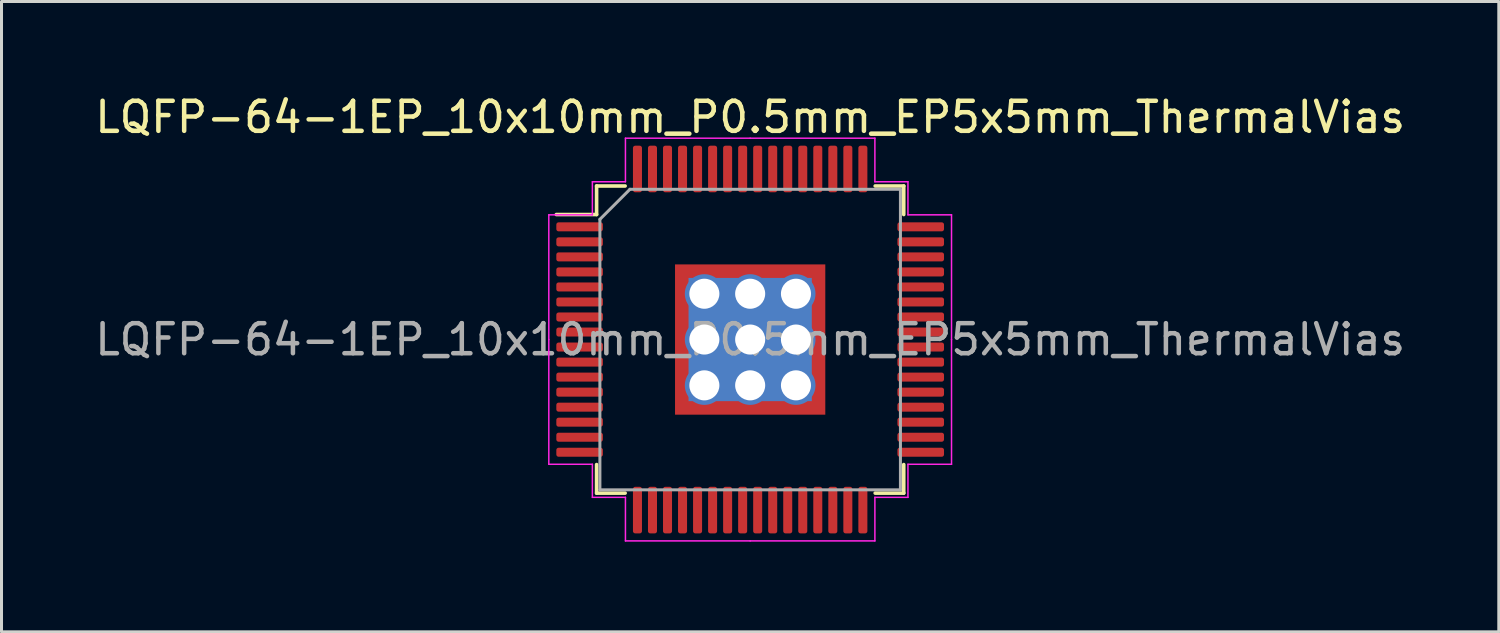
<source format=kicad_pcb>
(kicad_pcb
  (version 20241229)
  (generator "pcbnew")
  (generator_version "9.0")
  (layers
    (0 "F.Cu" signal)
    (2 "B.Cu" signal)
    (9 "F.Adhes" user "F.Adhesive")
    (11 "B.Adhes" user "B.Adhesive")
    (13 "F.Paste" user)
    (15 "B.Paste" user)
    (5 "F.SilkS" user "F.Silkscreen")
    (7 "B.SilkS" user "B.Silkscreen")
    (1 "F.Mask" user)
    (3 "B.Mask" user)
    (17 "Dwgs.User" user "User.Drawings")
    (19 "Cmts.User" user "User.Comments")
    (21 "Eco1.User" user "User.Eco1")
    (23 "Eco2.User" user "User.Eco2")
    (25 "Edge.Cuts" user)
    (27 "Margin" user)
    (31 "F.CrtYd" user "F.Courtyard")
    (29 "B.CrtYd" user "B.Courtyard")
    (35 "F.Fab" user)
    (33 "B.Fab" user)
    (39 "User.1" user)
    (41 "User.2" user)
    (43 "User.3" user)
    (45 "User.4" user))
  (footprint "LQFP-64-1EP_10x10mm_P0.5mm_EP5x5mm_ThermalVias"
    (layer "F.Cu")
    (at 21.911 8.248)
    (property "Reference" "LQFP-64-1EP_10x10mm_P0.5mm_EP5x5mm_ThermalVias" (at 0 -7.4 0) (layer "F.SilkS") (effects (font (size 1 1) (thickness 0.15))))
    (attr smd)
    (fp_line (start -5.11 -5.11) (end -5.11 -4.16) (stroke (width 0.12) (type solid)) (layer "F.SilkS"))
    (fp_line (start -5.11 -4.16) (end -6.45 -4.16) (stroke (width 0.12) (type solid)) (layer "F.SilkS"))
    (fp_line (start -5.11 5.11) (end -5.11 4.16) (stroke (width 0.12) (type solid)) (layer "F.SilkS"))
    (fp_line (start -4.16 -5.11) (end -5.11 -5.11) (stroke (width 0.12) (type solid)) (layer "F.SilkS"))
    (fp_line (start -4.16 5.11) (end -5.11 5.11) (stroke (width 0.12) (type solid)) (layer "F.SilkS"))
    (fp_line (start 4.16 -5.11) (end 5.11 -5.11) (stroke (width 0.12) (type solid)) (layer "F.SilkS"))
    (fp_line (start 4.16 5.11) (end 5.11 5.11) (stroke (width 0.12) (type solid)) (layer "F.SilkS"))
    (fp_line (start 5.11 -5.11) (end 5.11 -4.16) (stroke (width 0.12) (type solid)) (layer "F.SilkS"))
    (fp_line (start 5.11 5.11) (end 5.11 4.16) (stroke (width 0.12) (type solid)) (layer "F.SilkS"))
    (fp_line (start -6.7 -4.15) (end -6.7 0) (stroke (width 0.05) (type solid)) (layer "F.CrtYd"))
    (fp_line (start -6.7 4.15) (end -6.7 0) (stroke (width 0.05) (type solid)) (layer "F.CrtYd"))
    (fp_line (start -5.25 -5.25) (end -5.25 -4.15) (stroke (width 0.05) (type solid)) (layer "F.CrtYd"))
    (fp_line (start -5.25 -4.15) (end -6.7 -4.15) (stroke (width 0.05) (type solid)) (layer "F.CrtYd"))
    (fp_line (start -5.25 4.15) (end -6.7 4.15) (stroke (width 0.05) (type solid)) (layer "F.CrtYd"))
    (fp_line (start -5.25 5.25) (end -5.25 4.15) (stroke (width 0.05) (type solid)) (layer "F.CrtYd"))
    (fp_line (start -4.15 -6.7) (end -4.15 -5.25) (stroke (width 0.05) (type solid)) (layer "F.CrtYd"))
    (fp_line (start -4.15 -5.25) (end -5.25 -5.25) (stroke (width 0.05) (type solid)) (layer "F.CrtYd"))
    (fp_line (start -4.15 5.25) (end -5.25 5.25) (stroke (width 0.05) (type solid)) (layer "F.CrtYd"))
    (fp_line (start -4.15 6.7) (end -4.15 5.25) (stroke (width 0.05) (type solid)) (layer "F.CrtYd"))
    (fp_line (start 0 -6.7) (end -4.15 -6.7) (stroke (width 0.05) (type solid)) (layer "F.CrtYd"))
    (fp_line (start 0 -6.7) (end 4.15 -6.7) (stroke (width 0.05) (type solid)) (layer "F.CrtYd"))
    (fp_line (start 0 6.7) (end -4.15 6.7) (stroke (width 0.05) (type solid)) (layer "F.CrtYd"))
    (fp_line (start 0 6.7) (end 4.15 6.7) (stroke (width 0.05) (type solid)) (layer "F.CrtYd"))
    (fp_line (start 4.15 -6.7) (end 4.15 -5.25) (stroke (width 0.05) (type solid)) (layer "F.CrtYd"))
    (fp_line (start 4.15 -5.25) (end 5.25 -5.25) (stroke (width 0.05) (type solid)) (layer "F.CrtYd"))
    (fp_line (start 4.15 5.25) (end 5.25 5.25) (stroke (width 0.05) (type solid)) (layer "F.CrtYd"))
    (fp_line (start 4.15 6.7) (end 4.15 5.25) (stroke (width 0.05) (type solid)) (layer "F.CrtYd"))
    (fp_line (start 5.25 -5.25) (end 5.25 -4.15) (stroke (width 0.05) (type solid)) (layer "F.CrtYd"))
    (fp_line (start 5.25 -4.15) (end 6.7 -4.15) (stroke (width 0.05) (type solid)) (layer "F.CrtYd"))
    (fp_line (start 5.25 4.15) (end 6.7 4.15) (stroke (width 0.05) (type solid)) (layer "F.CrtYd"))
    (fp_line (start 5.25 5.25) (end 5.25 4.15) (stroke (width 0.05) (type solid)) (layer "F.CrtYd"))
    (fp_line (start 6.7 -4.15) (end 6.7 0) (stroke (width 0.05) (type solid)) (layer "F.CrtYd"))
    (fp_line (start 6.7 4.15) (end 6.7 0) (stroke (width 0.05) (type solid)) (layer "F.CrtYd"))
    (fp_line (start -5 -4) (end -4 -5) (stroke (width 0.1) (type solid)) (layer "F.Fab"))
    (fp_line (start -5 5) (end -5 -4) (stroke (width 0.1) (type solid)) (layer "F.Fab"))
    (fp_line (start -4 -5) (end 5 -5) (stroke (width 0.1) (type solid)) (layer "F.Fab"))
    (fp_line (start 5 -5) (end 5 5) (stroke (width 0.1) (type solid)) (layer "F.Fab"))
    (fp_line (start 5 5) (end -5 5) (stroke (width 0.1) (type solid)) (layer "F.Fab"))
    (fp_text user "${REFERENCE}" (at 0 0 0) (layer "F.Fab") (effects (font (size 1 1) (thickness 0.15))))
    (pad "" smd custom (at -2.15 -2.15) (size 0.46 0.46) (layers "F.Paste") (options (anchor circle)) (primitives (gr_poly (pts (xy 0.178 0.092) (xy 0.092 0.178) (xy -0.178 0.178) (xy -0.178 -0.178) (xy 0.178 -0.178)) (width 0.208) (fill yes))))
    (pad "" smd custom (at -2.15 -1.2) (size 0.495 0.495) (layers "F.Paste") (options (anchor circle)) (primitives (gr_poly (pts (xy 0.212 -0.356) (xy 0.212 0.356) (xy 0.154 0.414) (xy -0.212 0.414) (xy -0.212 -0.414) (xy 0.154 -0.414)) (width 0.14) (fill yes))))
    (pad "" smd custom (at -2.15 0) (size 0.495 0.495) (layers "F.Paste") (options (anchor circle)) (primitives (gr_poly (pts (xy 0.212 -0.356) (xy 0.212 0.356) (xy 0.154 0.414) (xy -0.212 0.414) (xy -0.212 -0.414) (xy 0.154 -0.414)) (width 0.14) (fill yes))))
    (pad "" smd custom (at -2.15 1.2) (size 0.495 0.495) (layers "F.Paste") (options (anchor circle)) (primitives (gr_poly (pts (xy 0.212 -0.356) (xy 0.212 0.356) (xy 0.154 0.414) (xy -0.212 0.414) (xy -0.212 -0.414) (xy 0.154 -0.414)) (width 0.14) (fill yes))))
    (pad "" smd custom (at -2.15 2.15) (size 0.46 0.46) (layers "F.Paste") (options (anchor circle)) (primitives (gr_poly (pts (xy 0.178 -0.092) (xy 0.178 0.178) (xy -0.178 0.178) (xy -0.178 -0.178) (xy 0.092 -0.178)) (width 0.208) (fill yes))))
    (pad "" smd custom (at -1.2 -2.15) (size 0.495 0.495) (layers "F.Paste") (options (anchor circle)) (primitives (gr_poly (pts (xy 0.414 0.154) (xy 0.356 0.212) (xy -0.356 0.212) (xy -0.414 0.154) (xy -0.414 -0.212) (xy 0.414 -0.212)) (width 0.14) (fill yes))))
    (pad "" smd roundrect (at -1.2 -1.2) (size 0.967 0.967) (layers "F.Paste") (roundrect_rratio 0.25))
    (pad "" smd roundrect (at -1.2 0) (size 0.967 0.967) (layers "F.Paste") (roundrect_rratio 0.25))
    (pad "" smd roundrect (at -1.2 1.2) (size 0.967 0.967) (layers "F.Paste") (roundrect_rratio 0.25))
    (pad "" smd custom (at -1.2 2.15) (size 0.495 0.495) (layers "F.Paste") (options (anchor circle)) (primitives (gr_poly (pts (xy 0.414 -0.154) (xy 0.414 0.212) (xy -0.414 0.212) (xy -0.414 -0.154) (xy -0.356 -0.212) (xy 0.356 -0.212)) (width 0.14) (fill yes))))
    (pad "" smd custom (at 0 -2.15) (size 0.495 0.495) (layers "F.Paste") (options (anchor circle)) (primitives (gr_poly (pts (xy 0.414 0.154) (xy 0.356 0.212) (xy -0.356 0.212) (xy -0.414 0.154) (xy -0.414 -0.212) (xy 0.414 -0.212)) (width 0.14) (fill yes))))
    (pad "" smd roundrect (at 0 -1.2) (size 0.967 0.967) (layers "F.Paste") (roundrect_rratio 0.25))
    (pad "" smd roundrect (at 0 0) (size 0.967 0.967) (layers "F.Paste") (roundrect_rratio 0.25))
    (pad "" smd roundrect (at 0 1.2) (size 0.967 0.967) (layers "F.Paste") (roundrect_rratio 0.25))
    (pad "" smd custom (at 0 2.15) (size 0.495 0.495) (layers "F.Paste") (options (anchor circle)) (primitives (gr_poly (pts (xy 0.414 -0.154) (xy 0.414 0.212) (xy -0.414 0.212) (xy -0.414 -0.154) (xy -0.356 -0.212) (xy 0.356 -0.212)) (width 0.14) (fill yes))))
    (pad "" smd custom (at 1.2 -2.15) (size 0.495 0.495) (layers "F.Paste") (options (anchor circle)) (primitives (gr_poly (pts (xy 0.414 0.154) (xy 0.356 0.212) (xy -0.356 0.212) (xy -0.414 0.154) (xy -0.414 -0.212) (xy 0.414 -0.212)) (width 0.14) (fill yes))))
    (pad "" smd roundrect (at 1.2 -1.2) (size 0.967 0.967) (layers "F.Paste") (roundrect_rratio 0.25))
    (pad "" smd roundrect (at 1.2 0) (size 0.967 0.967) (layers "F.Paste") (roundrect_rratio 0.25))
    (pad "" smd roundrect (at 1.2 1.2) (size 0.967 0.967) (layers "F.Paste") (roundrect_rratio 0.25))
    (pad "" smd custom (at 1.2 2.15) (size 0.495 0.495) (layers "F.Paste") (options (anchor circle)) (primitives (gr_poly (pts (xy 0.414 -0.154) (xy 0.414 0.212) (xy -0.414 0.212) (xy -0.414 -0.154) (xy -0.356 -0.212) (xy 0.356 -0.212)) (width 0.14) (fill yes))))
    (pad "" smd custom (at 2.15 -2.15) (size 0.46 0.46) (layers "F.Paste") (options (anchor circle)) (primitives (gr_poly (pts (xy 0.178 0.178) (xy -0.092 0.178) (xy -0.178 0.092) (xy -0.178 -0.178) (xy 0.178 -0.178)) (width 0.208) (fill yes))))
    (pad "" smd custom (at 2.15 -1.2) (size 0.495 0.495) (layers "F.Paste") (options (anchor circle)) (primitives (gr_poly (pts (xy 0.212 0.414) (xy -0.154 0.414) (xy -0.212 0.356) (xy -0.212 -0.356) (xy -0.154 -0.414) (xy 0.212 -0.414)) (width 0.14) (fill yes))))
    (pad "" smd custom (at 2.15 0) (size 0.495 0.495) (layers "F.Paste") (options (anchor circle)) (primitives (gr_poly (pts (xy 0.212 0.414) (xy -0.154 0.414) (xy -0.212 0.356) (xy -0.212 -0.356) (xy -0.154 -0.414) (xy 0.212 -0.414)) (width 0.14) (fill yes))))
    (pad "" smd custom (at 2.15 1.2) (size 0.495 0.495) (layers "F.Paste") (options (anchor circle)) (primitives (gr_poly (pts (xy 0.212 0.414) (xy -0.154 0.414) (xy -0.212 0.356) (xy -0.212 -0.356) (xy -0.154 -0.414) (xy 0.212 -0.414)) (width 0.14) (fill yes))))
    (pad "" smd custom (at 2.15 2.15) (size 0.46 0.46) (layers "F.Paste") (options (anchor circle)) (primitives (gr_poly (pts (xy 0.178 0.178) (xy -0.178 0.178) (xy -0.178 -0.092) (xy -0.092 -0.178) (xy 0.178 -0.178)) (width 0.208) (fill yes))))
    (pad "1" smd roundrect (at -5.675 -3.75) (size 1.55 0.3) (layers "F.Cu" "F.Mask" "F.Paste") (roundrect_rratio 0.25))
    (pad "2" smd roundrect (at -5.675 -3.25) (size 1.55 0.3) (layers "F.Cu" "F.Mask" "F.Paste") (roundrect_rratio 0.25))
    (pad "3" smd roundrect (at -5.675 -2.75) (size 1.55 0.3) (layers "F.Cu" "F.Mask" "F.Paste") (roundrect_rratio 0.25))
    (pad "4" smd roundrect (at -5.675 -2.25) (size 1.55 0.3) (layers "F.Cu" "F.Mask" "F.Paste") (roundrect_rratio 0.25))
    (pad "5" smd roundrect (at -5.675 -1.75) (size 1.55 0.3) (layers "F.Cu" "F.Mask" "F.Paste") (roundrect_rratio 0.25))
    (pad "6" smd roundrect (at -5.675 -1.25) (size 1.55 0.3) (layers "F.Cu" "F.Mask" "F.Paste") (roundrect_rratio 0.25))
    (pad "7" smd roundrect (at -5.675 -0.75) (size 1.55 0.3) (layers "F.Cu" "F.Mask" "F.Paste") (roundrect_rratio 0.25))
    (pad "8" smd roundrect (at -5.675 -0.25) (size 1.55 0.3) (layers "F.Cu" "F.Mask" "F.Paste") (roundrect_rratio 0.25))
    (pad "9" smd roundrect (at -5.675 0.25) (size 1.55 0.3) (layers "F.Cu" "F.Mask" "F.Paste") (roundrect_rratio 0.25))
    (pad "10" smd roundrect (at -5.675 0.75) (size 1.55 0.3) (layers "F.Cu" "F.Mask" "F.Paste") (roundrect_rratio 0.25))
    (pad "11" smd roundrect (at -5.675 1.25) (size 1.55 0.3) (layers "F.Cu" "F.Mask" "F.Paste") (roundrect_rratio 0.25))
    (pad "12" smd roundrect (at -5.675 1.75) (size 1.55 0.3) (layers "F.Cu" "F.Mask" "F.Paste") (roundrect_rratio 0.25))
    (pad "13" smd roundrect (at -5.675 2.25) (size 1.55 0.3) (layers "F.Cu" "F.Mask" "F.Paste") (roundrect_rratio 0.25))
    (pad "14" smd roundrect (at -5.675 2.75) (size 1.55 0.3) (layers "F.Cu" "F.Mask" "F.Paste") (roundrect_rratio 0.25))
    (pad "15" smd roundrect (at -5.675 3.25) (size 1.55 0.3) (layers "F.Cu" "F.Mask" "F.Paste") (roundrect_rratio 0.25))
    (pad "16" smd roundrect (at -5.675 3.75) (size 1.55 0.3) (layers "F.Cu" "F.Mask" "F.Paste") (roundrect_rratio 0.25))
    (pad "17" smd roundrect (at -3.75 5.675) (size 0.3 1.55) (layers "F.Cu" "F.Mask" "F.Paste") (roundrect_rratio 0.25))
    (pad "18" smd roundrect (at -3.25 5.675) (size 0.3 1.55) (layers "F.Cu" "F.Mask" "F.Paste") (roundrect_rratio 0.25))
    (pad "19" smd roundrect (at -2.75 5.675) (size 0.3 1.55) (layers "F.Cu" "F.Mask" "F.Paste") (roundrect_rratio 0.25))
    (pad "20" smd roundrect (at -2.25 5.675) (size 0.3 1.55) (layers "F.Cu" "F.Mask" "F.Paste") (roundrect_rratio 0.25))
    (pad "21" smd roundrect (at -1.75 5.675) (size 0.3 1.55) (layers "F.Cu" "F.Mask" "F.Paste") (roundrect_rratio 0.25))
    (pad "22" smd roundrect (at -1.25 5.675) (size 0.3 1.55) (layers "F.Cu" "F.Mask" "F.Paste") (roundrect_rratio 0.25))
    (pad "23" smd roundrect (at -0.75 5.675) (size 0.3 1.55) (layers "F.Cu" "F.Mask" "F.Paste") (roundrect_rratio 0.25))
    (pad "24" smd roundrect (at -0.25 5.675) (size 0.3 1.55) (layers "F.Cu" "F.Mask" "F.Paste") (roundrect_rratio 0.25))
    (pad "25" smd roundrect (at 0.25 5.675) (size 0.3 1.55) (layers "F.Cu" "F.Mask" "F.Paste") (roundrect_rratio 0.25))
    (pad "26" smd roundrect (at 0.75 5.675) (size 0.3 1.55) (layers "F.Cu" "F.Mask" "F.Paste") (roundrect_rratio 0.25))
    (pad "27" smd roundrect (at 1.25 5.675) (size 0.3 1.55) (layers "F.Cu" "F.Mask" "F.Paste") (roundrect_rratio 0.25))
    (pad "28" smd roundrect (at 1.75 5.675) (size 0.3 1.55) (layers "F.Cu" "F.Mask" "F.Paste") (roundrect_rratio 0.25))
    (pad "29" smd roundrect (at 2.25 5.675) (size 0.3 1.55) (layers "F.Cu" "F.Mask" "F.Paste") (roundrect_rratio 0.25))
    (pad "30" smd roundrect (at 2.75 5.675) (size 0.3 1.55) (layers "F.Cu" "F.Mask" "F.Paste") (roundrect_rratio 0.25))
    (pad "31" smd roundrect (at 3.25 5.675) (size 0.3 1.55) (layers "F.Cu" "F.Mask" "F.Paste") (roundrect_rratio 0.25))
    (pad "32" smd roundrect (at 3.75 5.675) (size 0.3 1.55) (layers "F.Cu" "F.Mask" "F.Paste") (roundrect_rratio 0.25))
    (pad "33" smd roundrect (at 5.675 3.75) (size 1.55 0.3) (layers "F.Cu" "F.Mask" "F.Paste") (roundrect_rratio 0.25))
    (pad "34" smd roundrect (at 5.675 3.25) (size 1.55 0.3) (layers "F.Cu" "F.Mask" "F.Paste") (roundrect_rratio 0.25))
    (pad "35" smd roundrect (at 5.675 2.75) (size 1.55 0.3) (layers "F.Cu" "F.Mask" "F.Paste") (roundrect_rratio 0.25))
    (pad "36" smd roundrect (at 5.675 2.25) (size 1.55 0.3) (layers "F.Cu" "F.Mask" "F.Paste") (roundrect_rratio 0.25))
    (pad "37" smd roundrect (at 5.675 1.75) (size 1.55 0.3) (layers "F.Cu" "F.Mask" "F.Paste") (roundrect_rratio 0.25))
    (pad "38" smd roundrect (at 5.675 1.25) (size 1.55 0.3) (layers "F.Cu" "F.Mask" "F.Paste") (roundrect_rratio 0.25))
    (pad "39" smd roundrect (at 5.675 0.75) (size 1.55 0.3) (layers "F.Cu" "F.Mask" "F.Paste") (roundrect_rratio 0.25))
    (pad "40" smd roundrect (at 5.675 0.25) (size 1.55 0.3) (layers "F.Cu" "F.Mask" "F.Paste") (roundrect_rratio 0.25))
    (pad "41" smd roundrect (at 5.675 -0.25) (size 1.55 0.3) (layers "F.Cu" "F.Mask" "F.Paste") (roundrect_rratio 0.25))
    (pad "42" smd roundrect (at 5.675 -0.75) (size 1.55 0.3) (layers "F.Cu" "F.Mask" "F.Paste") (roundrect_rratio 0.25))
    (pad "43" smd roundrect (at 5.675 -1.25) (size 1.55 0.3) (layers "F.Cu" "F.Mask" "F.Paste") (roundrect_rratio 0.25))
    (pad "44" smd roundrect (at 5.675 -1.75) (size 1.55 0.3) (layers "F.Cu" "F.Mask" "F.Paste") (roundrect_rratio 0.25))
    (pad "45" smd roundrect (at 5.675 -2.25) (size 1.55 0.3) (layers "F.Cu" "F.Mask" "F.Paste") (roundrect_rratio 0.25))
    (pad "46" smd roundrect (at 5.675 -2.75) (size 1.55 0.3) (layers "F.Cu" "F.Mask" "F.Paste") (roundrect_rratio 0.25))
    (pad "47" smd roundrect (at 5.675 -3.25) (size 1.55 0.3) (layers "F.Cu" "F.Mask" "F.Paste") (roundrect_rratio 0.25))
    (pad "48" smd roundrect (at 5.675 -3.75) (size 1.55 0.3) (layers "F.Cu" "F.Mask" "F.Paste") (roundrect_rratio 0.25))
    (pad "49" smd roundrect (at 3.75 -5.675) (size 0.3 1.55) (layers "F.Cu" "F.Mask" "F.Paste") (roundrect_rratio 0.25))
    (pad "50" smd roundrect (at 3.25 -5.675) (size 0.3 1.55) (layers "F.Cu" "F.Mask" "F.Paste") (roundrect_rratio 0.25))
    (pad "51" smd roundrect (at 2.75 -5.675) (size 0.3 1.55) (layers "F.Cu" "F.Mask" "F.Paste") (roundrect_rratio 0.25))
    (pad "52" smd roundrect (at 2.25 -5.675) (size 0.3 1.55) (layers "F.Cu" "F.Mask" "F.Paste") (roundrect_rratio 0.25))
    (pad "53" smd roundrect (at 1.75 -5.675) (size 0.3 1.55) (layers "F.Cu" "F.Mask" "F.Paste") (roundrect_rratio 0.25))
    (pad "54" smd roundrect (at 1.25 -5.675) (size 0.3 1.55) (layers "F.Cu" "F.Mask" "F.Paste") (roundrect_rratio 0.25))
    (pad "55" smd roundrect (at 0.75 -5.675) (size 0.3 1.55) (layers "F.Cu" "F.Mask" "F.Paste") (roundrect_rratio 0.25))
    (pad "56" smd roundrect (at 0.25 -5.675) (size 0.3 1.55) (layers "F.Cu" "F.Mask" "F.Paste") (roundrect_rratio 0.25))
    (pad "57" smd roundrect (at -0.25 -5.675) (size 0.3 1.55) (layers "F.Cu" "F.Mask" "F.Paste") (roundrect_rratio 0.25))
    (pad "58" smd roundrect (at -0.75 -5.675) (size 0.3 1.55) (layers "F.Cu" "F.Mask" "F.Paste") (roundrect_rratio 0.25))
    (pad "59" smd roundrect (at -1.25 -5.675) (size 0.3 1.55) (layers "F.Cu" "F.Mask" "F.Paste") (roundrect_rratio 0.25))
    (pad "60" smd roundrect (at -1.75 -5.675) (size 0.3 1.55) (layers "F.Cu" "F.Mask" "F.Paste") (roundrect_rratio 0.25))
    (pad "61" smd roundrect (at -2.25 -5.675) (size 0.3 1.55) (layers "F.Cu" "F.Mask" "F.Paste") (roundrect_rratio 0.25))
    (pad "62" smd roundrect (at -2.75 -5.675) (size 0.3 1.55) (layers "F.Cu" "F.Mask" "F.Paste") (roundrect_rratio 0.25))
    (pad "63" smd roundrect (at -3.25 -5.675) (size 0.3 1.55) (layers "F.Cu" "F.Mask" "F.Paste") (roundrect_rratio 0.25))
    (pad "64" smd roundrect (at -3.75 -5.675) (size 0.3 1.55) (layers "F.Cu" "F.Mask" "F.Paste") (roundrect_rratio 0.25))
    (pad "65" thru_hole circle (at -1.524 -1.524) (size 1.3 1.3) (drill 1) (layers "*.Cu" "*.Mask"))
    (pad "65" thru_hole circle (at -1.524 0) (size 1.3 1.3) (drill 1) (layers "*.Cu" "*.Mask"))
    (pad "65" thru_hole circle (at -1.524 1.524) (size 1.3 1.3) (drill 1) (layers "*.Cu" "*.Mask"))
    (pad "65" thru_hole circle (at 0 -1.524) (size 1.3 1.3) (drill 1) (layers "*.Cu" "*.Mask"))
    (pad "65" thru_hole circle (at 0 0) (size 1.3 1.3) (drill 1) (layers "*.Cu" "*.Mask"))
    (pad "65" smd rect (at 0 0) (size 4.1 4.1) (layers "B.Cu"))
    (pad "65" smd rect (at 0 0) (size 5 5) (layers "F.Cu" "F.Mask"))
    (pad "65" thru_hole circle (at 0 1.524) (size 1.3 1.3) (drill 1) (layers "*.Cu" "*.Mask"))
    (pad "65" thru_hole circle (at 1.524 -1.524) (size 1.3 1.3) (drill 1) (layers "*.Cu" "*.Mask"))
    (pad "65" thru_hole circle (at 1.524 0) (size 1.3 1.3) (drill 1) (layers "*.Cu" "*.Mask"))
    (pad "65" thru_hole circle (at 1.524 1.524) (size 1.3 1.3) (drill 1) (layers "*.Cu" "*.Mask")))
  (gr_rect
    (start -3 -3)
    (end 46.821 17.973)
    (stroke (width 0.1) (type default))
    (fill no)
    (layer "Edge.Cuts")))
</source>
